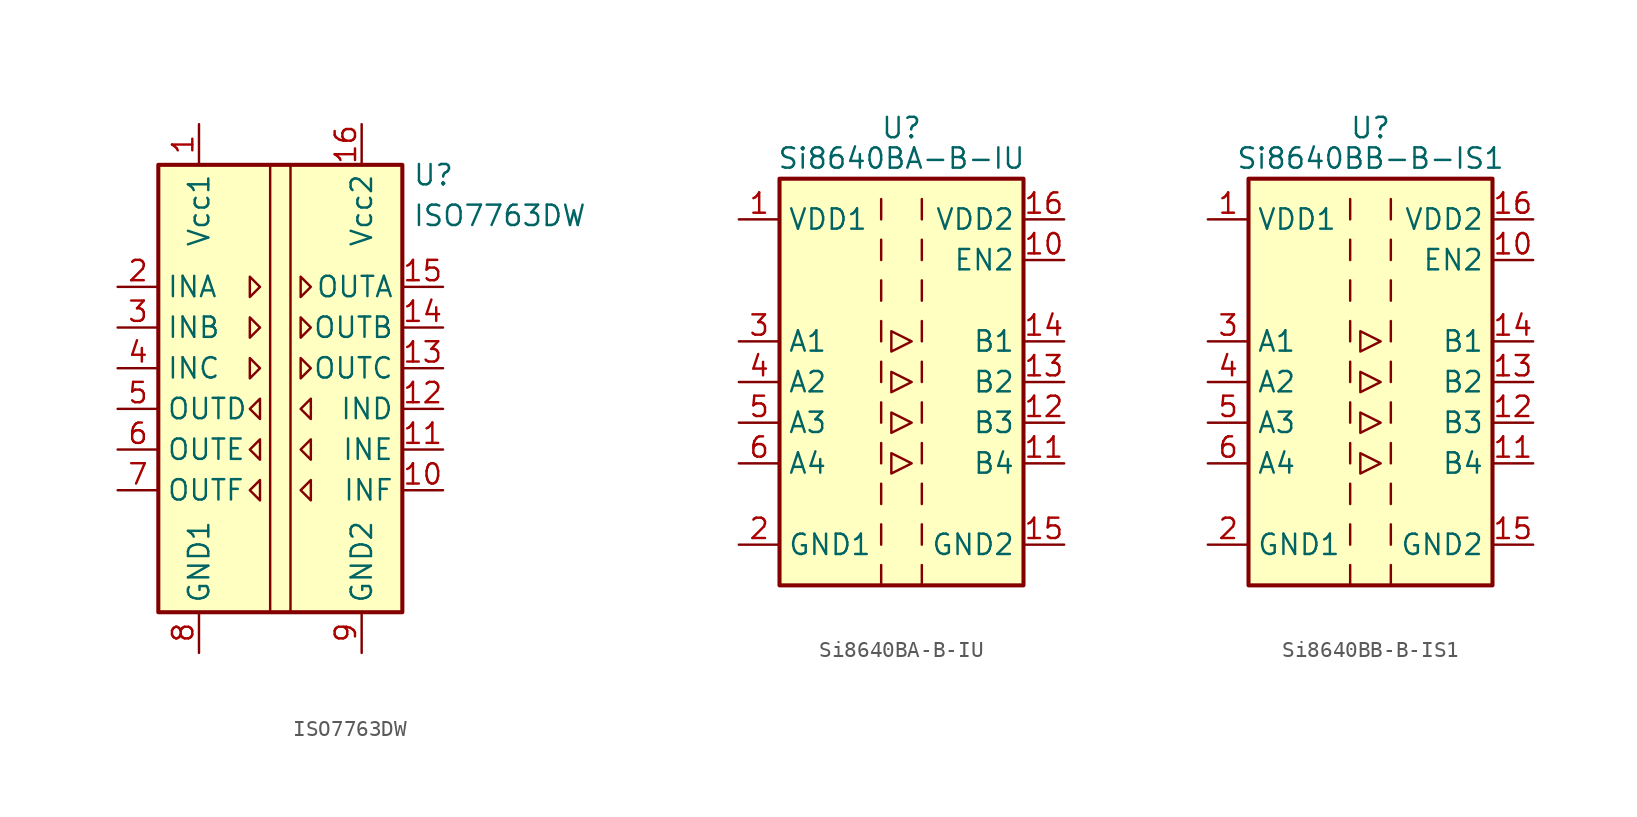
<source format=kicad_sym>
(kicad_symbol_lib
  (version 20201005)
  (generator kicad_symbol_editor)
  (symbol "Isolator_Digital:ISO7763DW"
    (property "Reference" "U"
      (at 8.255 14.605 0)
      (effects (font (size 1.27 1.27)) (justify left)))
    (property "Value" "ISO7763DW"
      (at 8.255 12.065 0)
      (effects (font (size 1.27 1.27)) (justify left)))
    (symbol "ISO7763DW_0_1"
      (rectangle (start -7.62 15.24) (end 7.62 -12.7) (stroke (width 0.254)) (fill (type background)))
      (polyline (pts (xy -0.635 15.24) (xy -0.635 -12.7)) (stroke (width 0)) (fill (type none)))
      (polyline (pts (xy 0.635 15.24) (xy 0.635 -12.7)) (stroke (width 0)) (fill (type none)))
      (polyline (pts (xy -1.905 8.255) (xy -1.27 7.62) (xy -1.905 6.985) (xy -1.905 8.255)) (stroke (width 0)) (fill (type none)))
      (polyline (pts (xy 1.27 8.255) (xy 1.905 7.62) (xy 1.27 6.985) (xy 1.27 8.255)) (stroke (width 0)) (fill (type none))))
    (symbol "ISO7763DW_1_1"
      (polyline (pts (xy -1.905 3.175) (xy -1.27 2.54) (xy -1.905 1.905) (xy -1.905 3.175)) (stroke (width 0)) (fill (type none)))
      (polyline (pts (xy -1.905 5.715) (xy -1.27 5.08) (xy -1.905 4.445) (xy -1.905 5.715)) (stroke (width 0)) (fill (type none)))
      (polyline (pts (xy -1.27 -4.445) (xy -1.905 -5.08) (xy -1.27 -5.715) (xy -1.27 -4.445)) (stroke (width 0)) (fill (type none)))
      (polyline (pts (xy -1.27 -1.905) (xy -1.905 -2.54) (xy -1.27 -3.175) (xy -1.27 -1.905)) (stroke (width 0)) (fill (type none)))
      (polyline (pts (xy -1.27 0.635) (xy -1.905 0) (xy -1.27 -0.635) (xy -1.27 0.635)) (stroke (width 0)) (fill (type none)))
      (polyline (pts (xy 1.27 3.175) (xy 1.905 2.54) (xy 1.27 1.905) (xy 1.27 3.175)) (stroke (width 0)) (fill (type none)))
      (polyline (pts (xy 1.27 5.715) (xy 1.905 5.08) (xy 1.27 4.445) (xy 1.27 5.715)) (stroke (width 0)) (fill (type none)))
      (polyline (pts (xy 1.905 -4.445) (xy 1.27 -5.08) (xy 1.905 -5.715) (xy 1.905 -4.445)) (stroke (width 0)) (fill (type none)))
      (polyline (pts (xy 1.905 -1.905) (xy 1.27 -2.54) (xy 1.905 -3.175) (xy 1.905 -1.905)) (stroke (width 0)) (fill (type none)))
      (polyline (pts (xy 1.905 0.635) (xy 1.27 0) (xy 1.905 -0.635) (xy 1.905 0.635)) (stroke (width 0)) (fill (type none)))
      (pin power_in line (at -5.08 17.78 270) (length 2.54) (name "Vcc1" (effects (font (size 1.27 1.27)))) (number "1" (effects (font (size 1.27 1.27)))))
      (pin input line (at 10.16 -5.08 180) (length 2.54) (name "INF" (effects (font (size 1.27 1.27)))) (number "10" (effects (font (size 1.27 1.27)))))
      (pin input line (at 10.16 -2.54 180) (length 2.54) (name "INE" (effects (font (size 1.27 1.27)))) (number "11" (effects (font (size 1.27 1.27)))))
      (pin input line (at 10.16 0 180) (length 2.54) (name "IND" (effects (font (size 1.27 1.27)))) (number "12" (effects (font (size 1.27 1.27)))))
      (pin output line (at 10.16 2.54 180) (length 2.54) (name "OUTC" (effects (font (size 1.27 1.27)))) (number "13" (effects (font (size 1.27 1.27)))))
      (pin output line (at 10.16 5.08 180) (length 2.54) (name "OUTB" (effects (font (size 1.27 1.27)))) (number "14" (effects (font (size 1.27 1.27)))))
      (pin output line (at 10.16 7.62 180) (length 2.54) (name "OUTA" (effects (font (size 1.27 1.27)))) (number "15" (effects (font (size 1.27 1.27)))))
      (pin power_in line (at 5.08 17.78 270) (length 2.54) (name "Vcc2" (effects (font (size 1.27 1.27)))) (number "16" (effects (font (size 1.27 1.27)))))
      (pin input line (at -10.16 7.62 0) (length 2.54) (name "INA" (effects (font (size 1.27 1.27)))) (number "2" (effects (font (size 1.27 1.27)))))
      (pin input line (at -10.16 5.08 0) (length 2.54) (name "INB" (effects (font (size 1.27 1.27)))) (number "3" (effects (font (size 1.27 1.27)))))
      (pin input line (at -10.16 2.54 0) (length 2.54) (name "INC" (effects (font (size 1.27 1.27)))) (number "4" (effects (font (size 1.27 1.27)))))
      (pin output line (at -10.16 0 0) (length 2.54) (name "OUTD" (effects (font (size 1.27 1.27)))) (number "5" (effects (font (size 1.27 1.27)))))
      (pin output line (at -10.16 -2.54 0) (length 2.54) (name "OUTE" (effects (font (size 1.27 1.27)))) (number "6" (effects (font (size 1.27 1.27)))))
      (pin output line (at -10.16 -5.08 0) (length 2.54) (name "OUTF" (effects (font (size 1.27 1.27)))) (number "7" (effects (font (size 1.27 1.27)))))
      (pin power_in line (at -5.08 -15.24 90) (length 2.54) (name "GND1" (effects (font (size 1.27 1.27)))) (number "8" (effects (font (size 1.27 1.27)))))
      (pin power_in line (at 5.08 -15.24 90) (length 2.54) (name "GND2" (effects (font (size 1.27 1.27)))) (number "9" (effects (font (size 1.27 1.27)))))))
  (symbol "Isolator_Digital:Si8640BA-B-IU"
    (property "Reference" "U"
      (at 0 15.875 0)
      (effects (font (size 1.27 1.27))))
    (property "Value" "Si8640BA-B-IU"
      (at 0 13.97 0)
      (effects (font (size 1.27 1.27))))
    (symbol "Si8640BA-B-IU_0_1"
      (rectangle (start -7.62 12.7) (end 7.62 -12.7) (stroke (width 0.254)) (fill (type background)))
      (polyline (pts (xy -1.27 -11.43) (xy -1.27 -12.7)) (stroke (width 0)) (fill (type none)))
      (polyline (pts (xy -1.27 -8.89) (xy -1.27 -10.16)) (stroke (width 0)) (fill (type none)))
      (polyline (pts (xy -1.27 -6.35) (xy -1.27 -7.62)) (stroke (width 0)) (fill (type none)))
      (polyline (pts (xy -1.27 -3.81) (xy -1.27 -5.08)) (stroke (width 0)) (fill (type none)))
      (polyline (pts (xy -1.27 -1.27) (xy -1.27 -2.54)) (stroke (width 0)) (fill (type none)))
      (polyline (pts (xy -1.27 1.27) (xy -1.27 0)) (stroke (width 0)) (fill (type none)))
      (polyline (pts (xy -1.27 3.81) (xy -1.27 2.54)) (stroke (width 0)) (fill (type none)))
      (polyline (pts (xy -1.27 6.35) (xy -1.27 5.08)) (stroke (width 0)) (fill (type none)))
      (polyline (pts (xy -1.27 8.89) (xy -1.27 7.62)) (stroke (width 0)) (fill (type none)))
      (polyline (pts (xy -1.27 11.43) (xy -1.27 10.16)) (stroke (width 0)) (fill (type none)))
      (polyline (pts (xy 1.27 -11.43) (xy 1.27 -12.7)) (stroke (width 0)) (fill (type none)))
      (polyline (pts (xy 1.27 -8.89) (xy 1.27 -10.16)) (stroke (width 0)) (fill (type none)))
      (polyline (pts (xy 1.27 -6.35) (xy 1.27 -7.62)) (stroke (width 0)) (fill (type none)))
      (polyline (pts (xy 1.27 -3.81) (xy 1.27 -5.08)) (stroke (width 0)) (fill (type none)))
      (polyline (pts (xy 1.27 -1.27) (xy 1.27 -2.54)) (stroke (width 0)) (fill (type none)))
      (polyline (pts (xy 1.27 1.27) (xy 1.27 0)) (stroke (width 0)) (fill (type none)))
      (polyline (pts (xy 1.27 3.81) (xy 1.27 2.54)) (stroke (width 0)) (fill (type none)))
      (polyline (pts (xy 1.27 6.35) (xy 1.27 5.08)) (stroke (width 0)) (fill (type none)))
      (polyline (pts (xy 1.27 8.89) (xy 1.27 7.62)) (stroke (width 0)) (fill (type none)))
      (polyline (pts (xy 1.27 11.43) (xy 1.27 10.16)) (stroke (width 0)) (fill (type none)))
      (polyline (pts (xy -0.635 0.635) (xy -0.635 -0.635) (xy 0.635 0) (xy -0.635 0.635)) (stroke (width 0)) (fill (type none)))
      (polyline (pts (xy -0.635 3.175) (xy -0.635 1.905) (xy 0.635 2.54) (xy -0.635 3.175)) (stroke (width 0)) (fill (type none)))
      (polyline (pts (xy 0.635 -5.08) (xy -0.635 -4.445) (xy -0.635 -5.715) (xy 0.635 -5.08)) (stroke (width 0)) (fill (type none)))
      (polyline (pts (xy 0.635 -2.54) (xy -0.635 -1.905) (xy -0.635 -3.175) (xy 0.635 -2.54)) (stroke (width 0)) (fill (type none))))
    (symbol "Si8640BA-B-IU_1_1"
      (pin power_in line (at -10.16 10.16 0) (length 2.54) (name "VDD1" (effects (font (size 1.27 1.27)))) (number "1" (effects (font (size 1.27 1.27)))))
      (pin input line (at 10.16 7.62 180) (length 2.54) (name "EN2" (effects (font (size 1.27 1.27)))) (number "10" (effects (font (size 1.27 1.27)))))
      (pin output line (at 10.16 -5.08 180) (length 2.54) (name "B4" (effects (font (size 1.27 1.27)))) (number "11" (effects (font (size 1.27 1.27)))))
      (pin output line (at 10.16 -2.54 180) (length 2.54) (name "B3" (effects (font (size 1.27 1.27)))) (number "12" (effects (font (size 1.27 1.27)))))
      (pin output line (at 10.16 0 180) (length 2.54) (name "B2" (effects (font (size 1.27 1.27)))) (number "13" (effects (font (size 1.27 1.27)))))
      (pin output line (at 10.16 2.54 180) (length 2.54) (name "B1" (effects (font (size 1.27 1.27)))) (number "14" (effects (font (size 1.27 1.27)))))
      (pin power_in line (at 10.16 -10.16 180) (length 2.54) (name "GND2" (effects (font (size 1.27 1.27)))) (number "15" (effects (font (size 1.27 1.27)))))
      (pin power_in line (at 10.16 10.16 180) (length 2.54) (name "VDD2" (effects (font (size 1.27 1.27)))) (number "16" (effects (font (size 1.27 1.27)))))
      (pin power_in line (at -10.16 -10.16 0) (length 2.54) (name "GND1" (effects (font (size 1.27 1.27)))) (number "2" (effects (font (size 1.27 1.27)))))
      (pin input line (at -10.16 2.54 0) (length 2.54) (name "A1" (effects (font (size 1.27 1.27)))) (number "3" (effects (font (size 1.27 1.27)))))
      (pin input line (at -10.16 0 0) (length 2.54) (name "A2" (effects (font (size 1.27 1.27)))) (number "4" (effects (font (size 1.27 1.27)))))
      (pin input line (at -10.16 -2.54 0) (length 2.54) (name "A3" (effects (font (size 1.27 1.27)))) (number "5" (effects (font (size 1.27 1.27)))))
      (pin input line (at -10.16 -5.08 0) (length 2.54) (name "A4" (effects (font (size 1.27 1.27)))) (number "6" (effects (font (size 1.27 1.27)))))
      (pin no_connect line (at -7.62 7.62 0) (length 2.54) hide (name "NC" (effects (font (size 1.27 1.27)))) (number "7" (effects (font (size 1.27 1.27)))))
      (pin passive line (at -10.16 -10.16 0) (length 2.54) hide (name "GND1" (effects (font (size 1.27 1.27)))) (number "8" (effects (font (size 1.27 1.27)))))
      (pin passive line (at 10.16 -10.16 180) (length 2.54) hide (name "GND2" (effects (font (size 1.27 1.27)))) (number "9" (effects (font (size 1.27 1.27)))))))
  (symbol "Isolator_Digital:Si8640BB-B-IS1"
    (property "Reference" "U"
      (at 0 15.875 0)
      (effects (font (size 1.27 1.27))))
    (property "Value" "Si8640BB-B-IS1"
      (at 0 13.97 0)
      (effects (font (size 1.27 1.27))))
    (symbol "Si8640BB-B-IS1_0_1"
      (rectangle (start -7.62 12.7) (end 7.62 -12.7) (stroke (width 0.254)) (fill (type background)))
      (polyline (pts (xy -1.27 -11.43) (xy -1.27 -12.7)) (stroke (width 0)) (fill (type none)))
      (polyline (pts (xy -1.27 -8.89) (xy -1.27 -10.16)) (stroke (width 0)) (fill (type none)))
      (polyline (pts (xy -1.27 -6.35) (xy -1.27 -7.62)) (stroke (width 0)) (fill (type none)))
      (polyline (pts (xy -1.27 -3.81) (xy -1.27 -5.08)) (stroke (width 0)) (fill (type none)))
      (polyline (pts (xy -1.27 -1.27) (xy -1.27 -2.54)) (stroke (width 0)) (fill (type none)))
      (polyline (pts (xy -1.27 1.27) (xy -1.27 0)) (stroke (width 0)) (fill (type none)))
      (polyline (pts (xy -1.27 3.81) (xy -1.27 2.54)) (stroke (width 0)) (fill (type none)))
      (polyline (pts (xy -1.27 6.35) (xy -1.27 5.08)) (stroke (width 0)) (fill (type none)))
      (polyline (pts (xy -1.27 8.89) (xy -1.27 7.62)) (stroke (width 0)) (fill (type none)))
      (polyline (pts (xy -1.27 11.43) (xy -1.27 10.16)) (stroke (width 0)) (fill (type none)))
      (polyline (pts (xy 1.27 -11.43) (xy 1.27 -12.7)) (stroke (width 0)) (fill (type none)))
      (polyline (pts (xy 1.27 -8.89) (xy 1.27 -10.16)) (stroke (width 0)) (fill (type none)))
      (polyline (pts (xy 1.27 -6.35) (xy 1.27 -7.62)) (stroke (width 0)) (fill (type none)))
      (polyline (pts (xy 1.27 -3.81) (xy 1.27 -5.08)) (stroke (width 0)) (fill (type none)))
      (polyline (pts (xy 1.27 -1.27) (xy 1.27 -2.54)) (stroke (width 0)) (fill (type none)))
      (polyline (pts (xy 1.27 1.27) (xy 1.27 0)) (stroke (width 0)) (fill (type none)))
      (polyline (pts (xy 1.27 3.81) (xy 1.27 2.54)) (stroke (width 0)) (fill (type none)))
      (polyline (pts (xy 1.27 6.35) (xy 1.27 5.08)) (stroke (width 0)) (fill (type none)))
      (polyline (pts (xy 1.27 8.89) (xy 1.27 7.62)) (stroke (width 0)) (fill (type none)))
      (polyline (pts (xy 1.27 11.43) (xy 1.27 10.16)) (stroke (width 0)) (fill (type none)))
      (polyline (pts (xy -0.635 0.635) (xy -0.635 -0.635) (xy 0.635 0) (xy -0.635 0.635)) (stroke (width 0)) (fill (type none)))
      (polyline (pts (xy -0.635 3.175) (xy -0.635 1.905) (xy 0.635 2.54) (xy -0.635 3.175)) (stroke (width 0)) (fill (type none)))
      (polyline (pts (xy 0.635 -5.08) (xy -0.635 -4.445) (xy -0.635 -5.715) (xy 0.635 -5.08)) (stroke (width 0)) (fill (type none)))
      (polyline (pts (xy 0.635 -2.54) (xy -0.635 -1.905) (xy -0.635 -3.175) (xy 0.635 -2.54)) (stroke (width 0)) (fill (type none))))
    (symbol "Si8640BB-B-IS1_1_1"
      (pin power_in line (at -10.16 10.16 0) (length 2.54) (name "VDD1" (effects (font (size 1.27 1.27)))) (number "1" (effects (font (size 1.27 1.27)))))
      (pin input line (at 10.16 7.62 180) (length 2.54) (name "EN2" (effects (font (size 1.27 1.27)))) (number "10" (effects (font (size 1.27 1.27)))))
      (pin output line (at 10.16 -5.08 180) (length 2.54) (name "B4" (effects (font (size 1.27 1.27)))) (number "11" (effects (font (size 1.27 1.27)))))
      (pin output line (at 10.16 -2.54 180) (length 2.54) (name "B3" (effects (font (size 1.27 1.27)))) (number "12" (effects (font (size 1.27 1.27)))))
      (pin output line (at 10.16 0 180) (length 2.54) (name "B2" (effects (font (size 1.27 1.27)))) (number "13" (effects (font (size 1.27 1.27)))))
      (pin output line (at 10.16 2.54 180) (length 2.54) (name "B1" (effects (font (size 1.27 1.27)))) (number "14" (effects (font (size 1.27 1.27)))))
      (pin power_in line (at 10.16 -10.16 180) (length 2.54) (name "GND2" (effects (font (size 1.27 1.27)))) (number "15" (effects (font (size 1.27 1.27)))))
      (pin power_in line (at 10.16 10.16 180) (length 2.54) (name "VDD2" (effects (font (size 1.27 1.27)))) (number "16" (effects (font (size 1.27 1.27)))))
      (pin power_in line (at -10.16 -10.16 0) (length 2.54) (name "GND1" (effects (font (size 1.27 1.27)))) (number "2" (effects (font (size 1.27 1.27)))))
      (pin input line (at -10.16 2.54 0) (length 2.54) (name "A1" (effects (font (size 1.27 1.27)))) (number "3" (effects (font (size 1.27 1.27)))))
      (pin input line (at -10.16 0 0) (length 2.54) (name "A2" (effects (font (size 1.27 1.27)))) (number "4" (effects (font (size 1.27 1.27)))))
      (pin input line (at -10.16 -2.54 0) (length 2.54) (name "A3" (effects (font (size 1.27 1.27)))) (number "5" (effects (font (size 1.27 1.27)))))
      (pin input line (at -10.16 -5.08 0) (length 2.54) (name "A4" (effects (font (size 1.27 1.27)))) (number "6" (effects (font (size 1.27 1.27)))))
      (pin no_connect line (at -7.62 7.62 0) (length 2.54) hide (name "NC" (effects (font (size 1.27 1.27)))) (number "7" (effects (font (size 1.27 1.27)))))
      (pin passive line (at -10.16 -10.16 0) (length 2.54) hide (name "GND1" (effects (font (size 1.27 1.27)))) (number "8" (effects (font (size 1.27 1.27)))))
      (pin passive line (at 10.16 -10.16 180) (length 2.54) hide (name "GND2" (effects (font (size 1.27 1.27)))) (number "9" (effects (font (size 1.27 1.27))))))))
</source>
